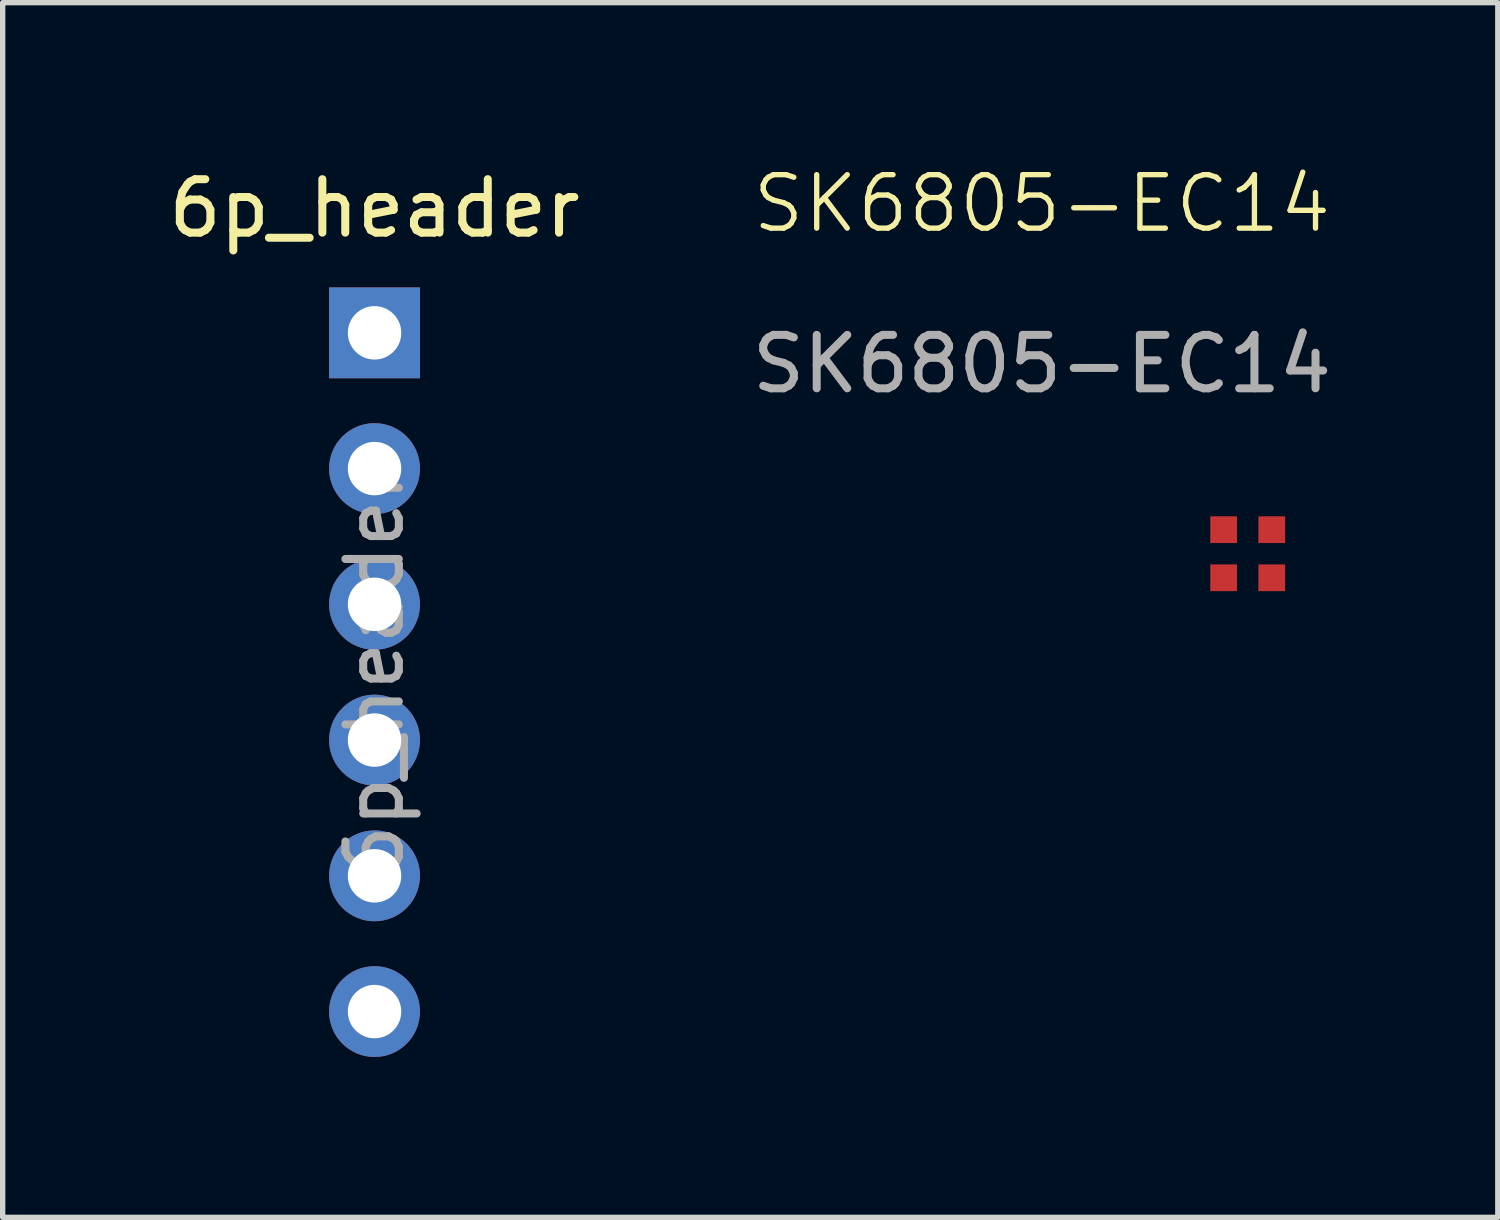
<source format=kicad_pcb>
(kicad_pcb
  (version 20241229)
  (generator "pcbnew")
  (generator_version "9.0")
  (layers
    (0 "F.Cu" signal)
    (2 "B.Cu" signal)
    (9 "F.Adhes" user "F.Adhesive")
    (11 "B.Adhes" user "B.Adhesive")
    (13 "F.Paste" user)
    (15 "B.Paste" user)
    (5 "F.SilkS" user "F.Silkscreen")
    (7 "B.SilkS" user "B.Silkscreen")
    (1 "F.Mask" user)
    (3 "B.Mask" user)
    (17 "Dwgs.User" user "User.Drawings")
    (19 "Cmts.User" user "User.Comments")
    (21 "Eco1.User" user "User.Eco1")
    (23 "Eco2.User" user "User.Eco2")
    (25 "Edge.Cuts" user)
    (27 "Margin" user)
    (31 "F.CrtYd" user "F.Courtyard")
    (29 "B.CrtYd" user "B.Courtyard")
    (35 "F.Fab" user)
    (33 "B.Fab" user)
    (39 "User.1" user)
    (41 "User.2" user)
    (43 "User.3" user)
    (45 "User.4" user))
  (footprint "6p_header"
    (layer "F.Cu")
    (at 3.958 3.178)
    (property "Reference" "6p_header" (at 0 -2.33 0) (layer "F.SilkS") (effects (font (size 1 1) (thickness 0.15))))
    (attr through_hole)
    (fp_text user "${REFERENCE}" (at 0 6.35 90) (layer "F.Fab") (effects (font (size 1 1) (thickness 0.15))))
    (pad "1" thru_hole rect (at 0 0) (size 1.7 1.7) (drill 1) (layers "*.Cu" "*.Mask"))
    (pad "2" thru_hole oval (at 0 2.54) (size 1.7 1.7) (drill 1) (layers "*.Cu" "*.Mask"))
    (pad "3" thru_hole oval (at 0 5.08) (size 1.7 1.7) (drill 1) (layers "*.Cu" "*.Mask"))
    (pad "4" thru_hole oval (at 0 7.62) (size 1.7 1.7) (drill 1) (layers "*.Cu" "*.Mask"))
    (pad "5" thru_hole oval (at 0 10.16) (size 1.7 1.7) (drill 1) (layers "*.Cu" "*.Mask"))
    (pad "6" thru_hole oval (at 0 12.7) (size 1.7 1.7) (drill 1) (layers "*.Cu" "*.Mask")))
  (footprint "SK6805-EC14"
    (layer "F.Cu")
    (at 19.596 6.611)
    (property "Reference" "SK6805-EC14" (at -3.15 -5.85 0) (unlocked yes) (layer "F.SilkS") (effects (font (size 1 1) (thickness 0.1))))
    (attr smd)
    (fp_text user "${REFERENCE}" (at -3.15 -2.85 0) (unlocked yes) (layer "F.Fab") (effects (font (size 1 1) (thickness 0.15))))
    (pad "1" smd rect (at 1.15 1.15) (size 0.5 0.5) (layers "F.Cu" "F.Mask" "F.Paste"))
    (pad "2" smd rect (at 1.15 0.25) (size 0.5 0.5) (layers "F.Cu" "F.Mask" "F.Paste"))
    (pad "3" smd rect (at 0.25 0.25) (size 0.5 0.5) (layers "F.Cu" "F.Mask" "F.Paste"))
    (pad "4" smd rect (at 0.25 1.15) (size 0.5 0.5) (layers "F.Cu" "F.Mask" "F.Paste")))
  (gr_rect
    (start -3 -3)
    (end 24.976 19.728)
    (stroke (width 0.1) (type default))
    (fill no)
    (layer "Edge.Cuts")))
</source>
